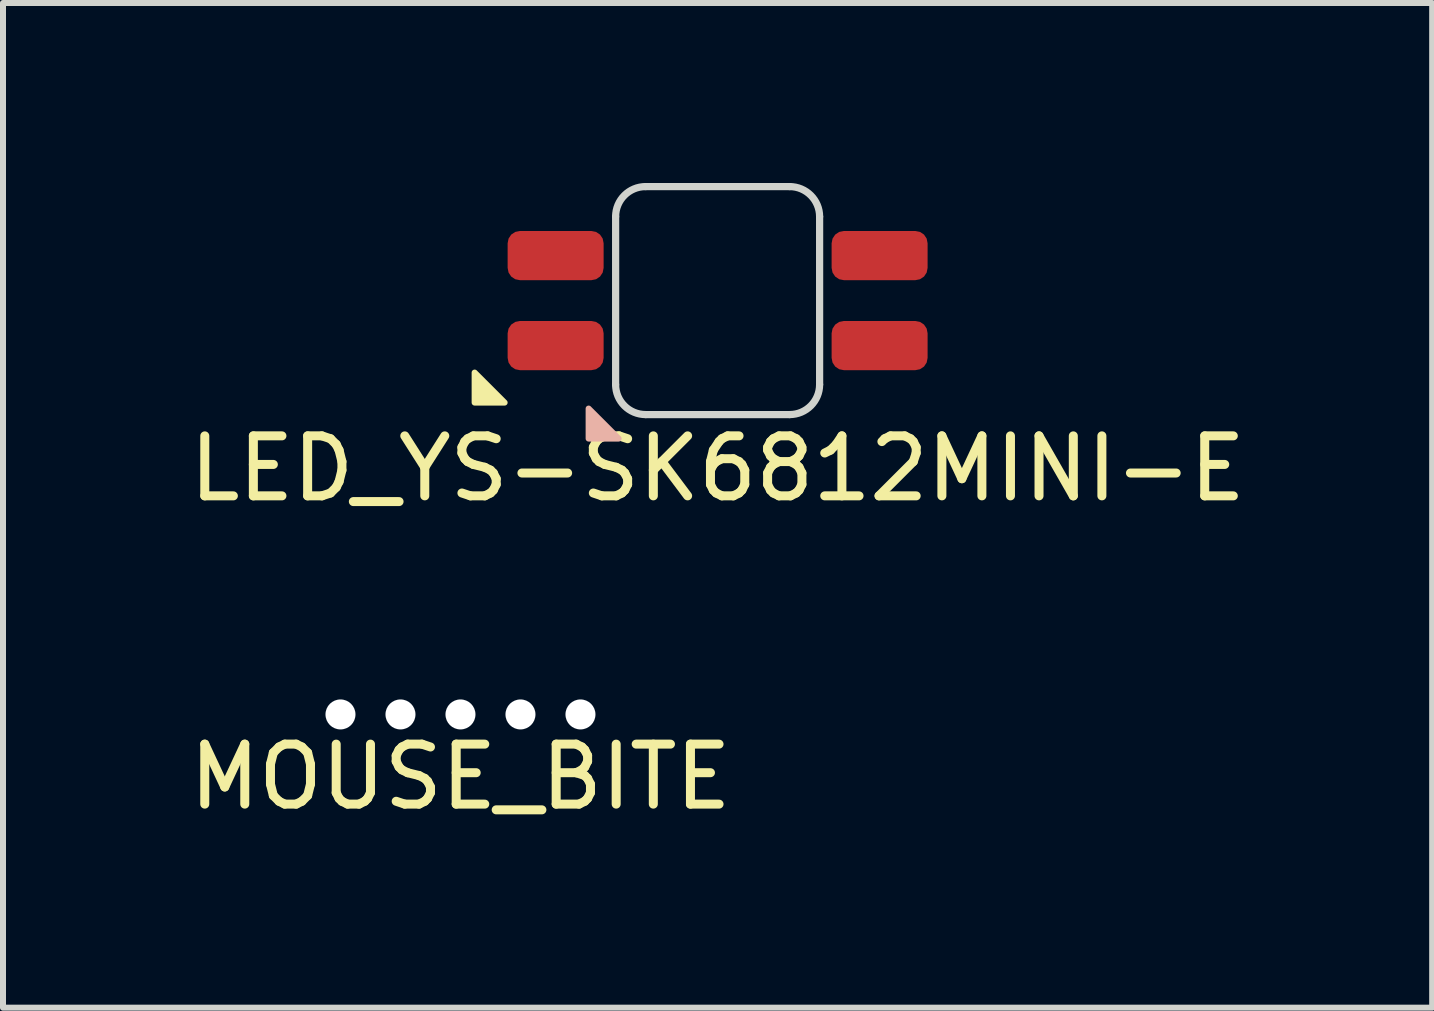
<source format=kicad_pcb>
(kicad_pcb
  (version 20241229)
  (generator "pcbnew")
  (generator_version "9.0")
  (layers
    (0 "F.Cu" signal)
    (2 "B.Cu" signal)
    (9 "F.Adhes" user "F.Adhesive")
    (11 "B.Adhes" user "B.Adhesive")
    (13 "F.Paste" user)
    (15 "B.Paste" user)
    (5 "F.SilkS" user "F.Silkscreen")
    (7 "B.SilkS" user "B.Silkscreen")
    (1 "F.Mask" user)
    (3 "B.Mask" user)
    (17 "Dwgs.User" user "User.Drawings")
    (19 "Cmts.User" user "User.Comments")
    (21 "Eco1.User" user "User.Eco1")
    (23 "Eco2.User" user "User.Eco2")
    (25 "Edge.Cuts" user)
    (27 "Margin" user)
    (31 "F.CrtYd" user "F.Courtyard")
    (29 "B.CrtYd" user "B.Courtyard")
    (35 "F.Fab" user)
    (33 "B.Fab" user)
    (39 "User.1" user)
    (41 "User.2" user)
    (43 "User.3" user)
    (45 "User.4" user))
  (footprint "LED_YS-SK6812MINI-E"
    (layer "F.Cu")
    (at 8.911 1.96)
    (property "Reference" "LED_YS-SK6812MINI-E" (at 0 2.8 0) (layer "F.SilkS") (effects (font (size 1 1) (thickness 0.15))))
    (attr smd)
    (fp_poly (pts (xy -3.55 1.7) (xy -4.05 1.7) (xy -4.05 1.2)) (stroke (width 0.1) (type solid)) (fill yes) (layer "F.SilkS"))
    (fp_poly (pts (xy -1.65 2.3) (xy -2.15 2.3) (xy -2.15 1.8)) (stroke (width 0.1) (type solid)) (fill yes) (layer "B.SilkS"))
    (fp_line (start -1.7 -1.4) (end -1.7 1.4) (stroke (width 0.12) (type solid)) (layer "Edge.Cuts"))
    (fp_line (start -1.2 -1.9) (end 1.2 -1.9) (stroke (width 0.12) (type solid)) (layer "Edge.Cuts"))
    (fp_line (start -1.2 1.9) (end 1.2 1.9) (stroke (width 0.12) (type solid)) (layer "Edge.Cuts"))
    (fp_line (start 1.7 1.4) (end 1.7 -1.4) (stroke (width 0.12) (type solid)) (layer "Edge.Cuts"))
    (fp_arc (start -1.7 -1.4) (mid -1.553553 -1.753553) (end -1.2 -1.9) (stroke (width 0.12) (type solid)) (layer "Edge.Cuts"))
    (fp_arc (start -1.2 1.9) (mid -1.553553 1.753553) (end -1.7 1.4) (stroke (width 0.12) (type solid)) (layer "Edge.Cuts"))
    (fp_arc (start 1.2 -1.9) (mid 1.553553 -1.753553) (end 1.7 -1.4) (stroke (width 0.12) (type solid)) (layer "Edge.Cuts"))
    (fp_arc (start 1.7 1.4) (mid 1.553553 1.753553) (end 1.2 1.9) (stroke (width 0.12) (type solid)) (layer "Edge.Cuts"))
    (pad "1" smd roundrect (at 2.7 -0.75) (size 1.6 0.82) (layers "F.Cu" "F.Mask" "F.Paste") (roundrect_rratio 0.25))
    (pad "2" smd roundrect (at 2.7 0.75) (size 1.6 0.82) (layers "F.Cu" "F.Mask" "F.Paste") (roundrect_rratio 0.25))
    (pad "3" smd roundrect (at -2.7 0.75) (size 1.6 0.82) (layers "F.Cu" "F.Mask" "F.Paste") (roundrect_rratio 0.25))
    (pad "4" smd roundrect (at -2.7 -0.75) (size 1.6 0.82) (layers "F.Cu" "F.Mask" "F.Paste") (roundrect_rratio 0.25)))
  (footprint "MOUSE_BITE"
    (layer "F.Cu")
    (at 4.625 8.858)
    (property "Reference" "MOUSE_BITE" (at 0 1.04 0) (layer "F.SilkS") (effects (font (size 1 1) (thickness 0.15))))
    (attr through_hole)
    (pad "" np_thru_hole circle (at -2 0) (size 0.5 0.5) (drill 0.5) (layers "*.Cu" "*.Mask"))
    (pad "" np_thru_hole circle (at -1 0) (size 0.5 0.5) (drill 0.5) (layers "*.Cu" "*.Mask"))
    (pad "" np_thru_hole circle (at 0 0) (size 0.5 0.5) (drill 0.5) (layers "*.Cu" "*.Mask"))
    (pad "" np_thru_hole circle (at 1 0) (size 0.5 0.5) (drill 0.5) (layers "*.Cu" "*.Mask"))
    (pad "" np_thru_hole circle (at 2 0) (size 0.5 0.5) (drill 0.5) (layers "*.Cu" "*.Mask")))
  (gr_rect
    (start -3 -3)
    (end 20.821 13.746)
    (stroke (width 0.1) (type default))
    (fill no)
    (layer "Edge.Cuts")))
</source>
